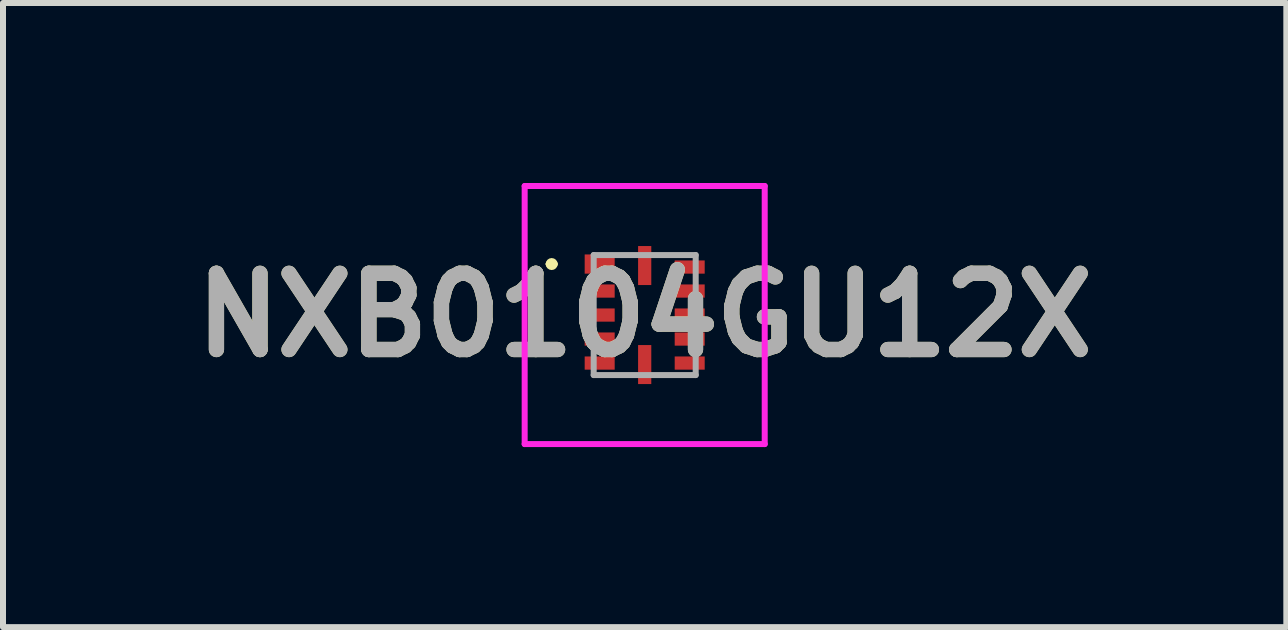
<source format=kicad_pcb>
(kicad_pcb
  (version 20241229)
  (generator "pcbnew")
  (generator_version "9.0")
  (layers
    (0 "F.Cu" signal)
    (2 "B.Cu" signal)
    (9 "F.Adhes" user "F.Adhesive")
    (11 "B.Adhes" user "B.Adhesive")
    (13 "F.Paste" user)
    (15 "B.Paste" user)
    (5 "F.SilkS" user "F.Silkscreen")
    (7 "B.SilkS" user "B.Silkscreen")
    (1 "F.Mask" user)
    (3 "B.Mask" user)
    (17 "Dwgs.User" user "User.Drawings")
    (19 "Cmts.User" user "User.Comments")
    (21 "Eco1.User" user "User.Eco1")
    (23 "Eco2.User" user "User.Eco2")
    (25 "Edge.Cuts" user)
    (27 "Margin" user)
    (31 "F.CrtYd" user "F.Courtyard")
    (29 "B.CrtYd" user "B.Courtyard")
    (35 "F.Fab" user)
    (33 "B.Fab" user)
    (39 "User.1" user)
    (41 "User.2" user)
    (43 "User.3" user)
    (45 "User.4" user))
  (footprint "NXB0104GU12X"
    (layer "F.Cu")
    (at 7.693 2.2)
    (property "Reference" "NXB0104GU12X" (at 0 0 0) (layer "F.SilkS") (effects (font (size 1.27 1.27) (thickness 0.254))))
    (attr smd)
    (fp_line (start -1.6 -0.85) (end -1.6 -0.85) (stroke (width 0.1) (type solid)) (layer "F.SilkS"))
    (fp_line (start -1.5 -0.85) (end -1.5 -0.85) (stroke (width 0.1) (type solid)) (layer "F.SilkS"))
    (fp_arc (start -1.6 -0.85) (mid -1.55 -0.9) (end -1.5 -0.85) (stroke (width 0.1) (type solid)) (layer "F.SilkS"))
    (fp_arc (start -1.5 -0.85) (mid -1.55 -0.8) (end -1.6 -0.85) (stroke (width 0.1) (type solid)) (layer "F.SilkS"))
    (fp_line (start -2 -2.15) (end 2 -2.15) (stroke (width 0.1) (type solid)) (layer "F.CrtYd"))
    (fp_line (start -2 2.15) (end -2 -2.15) (stroke (width 0.1) (type solid)) (layer "F.CrtYd"))
    (fp_line (start 2 -2.15) (end 2 2.15) (stroke (width 0.1) (type solid)) (layer "F.CrtYd"))
    (fp_line (start 2 2.15) (end -2 2.15) (stroke (width 0.1) (type solid)) (layer "F.CrtYd"))
    (fp_line (start -0.85 -1) (end -0.85 1) (stroke (width 0.1) (type solid)) (layer "F.Fab"))
    (fp_line (start -0.85 1) (end 0.85 1) (stroke (width 0.1) (type solid)) (layer "F.Fab"))
    (fp_line (start 0.85 -1) (end -0.85 -1) (stroke (width 0.1) (type solid)) (layer "F.Fab"))
    (fp_line (start 0.85 1) (end 0.85 -1) (stroke (width 0.1) (type solid)) (layer "F.Fab"))
    (fp_text user "${REFERENCE}" (at 0 0 0) (layer "F.Fab") (effects (font (size 1.27 1.27) (thickness 0.254))))
    (pad "1" smd rect (at -0.75 -0.85 90) (size 0.32 0.5) (layers "F.Cu" "F.Mask" "F.Paste"))
    (pad "2" smd rect (at -0.75 -0.4 90) (size 0.22 0.5) (layers "F.Cu" "F.Mask" "F.Paste"))
    (pad "3" smd rect (at -0.75 0 90) (size 0.22 0.5) (layers "F.Cu" "F.Mask" "F.Paste"))
    (pad "4" smd rect (at -0.75 0.4 90) (size 0.22 0.5) (layers "F.Cu" "F.Mask" "F.Paste"))
    (pad "5" smd rect (at -0.75 0.8 90) (size 0.22 0.5) (layers "F.Cu" "F.Mask" "F.Paste"))
    (pad "6" smd rect (at 0 0.825) (size 0.22 0.65) (layers "F.Cu" "F.Mask" "F.Paste"))
    (pad "7" smd rect (at 0.75 0.8 90) (size 0.22 0.5) (layers "F.Cu" "F.Mask" "F.Paste"))
    (pad "8" smd rect (at 0.75 0.4 90) (size 0.22 0.5) (layers "F.Cu" "F.Mask" "F.Paste"))
    (pad "9" smd rect (at 0.75 0 90) (size 0.22 0.5) (layers "F.Cu" "F.Mask" "F.Paste"))
    (pad "10" smd rect (at 0.75 -0.4 90) (size 0.22 0.5) (layers "F.Cu" "F.Mask" "F.Paste"))
    (pad "11" smd rect (at 0.75 -0.8 90) (size 0.22 0.5) (layers "F.Cu" "F.Mask" "F.Paste"))
    (pad "12" smd rect (at 0 -0.825) (size 0.22 0.65) (layers "F.Cu" "F.Mask" "F.Paste")))
  (gr_rect
    (start -3 -3)
    (end 18.385 7.4)
    (stroke (width 0.1) (type default))
    (fill no)
    (layer "Edge.Cuts")))
</source>
